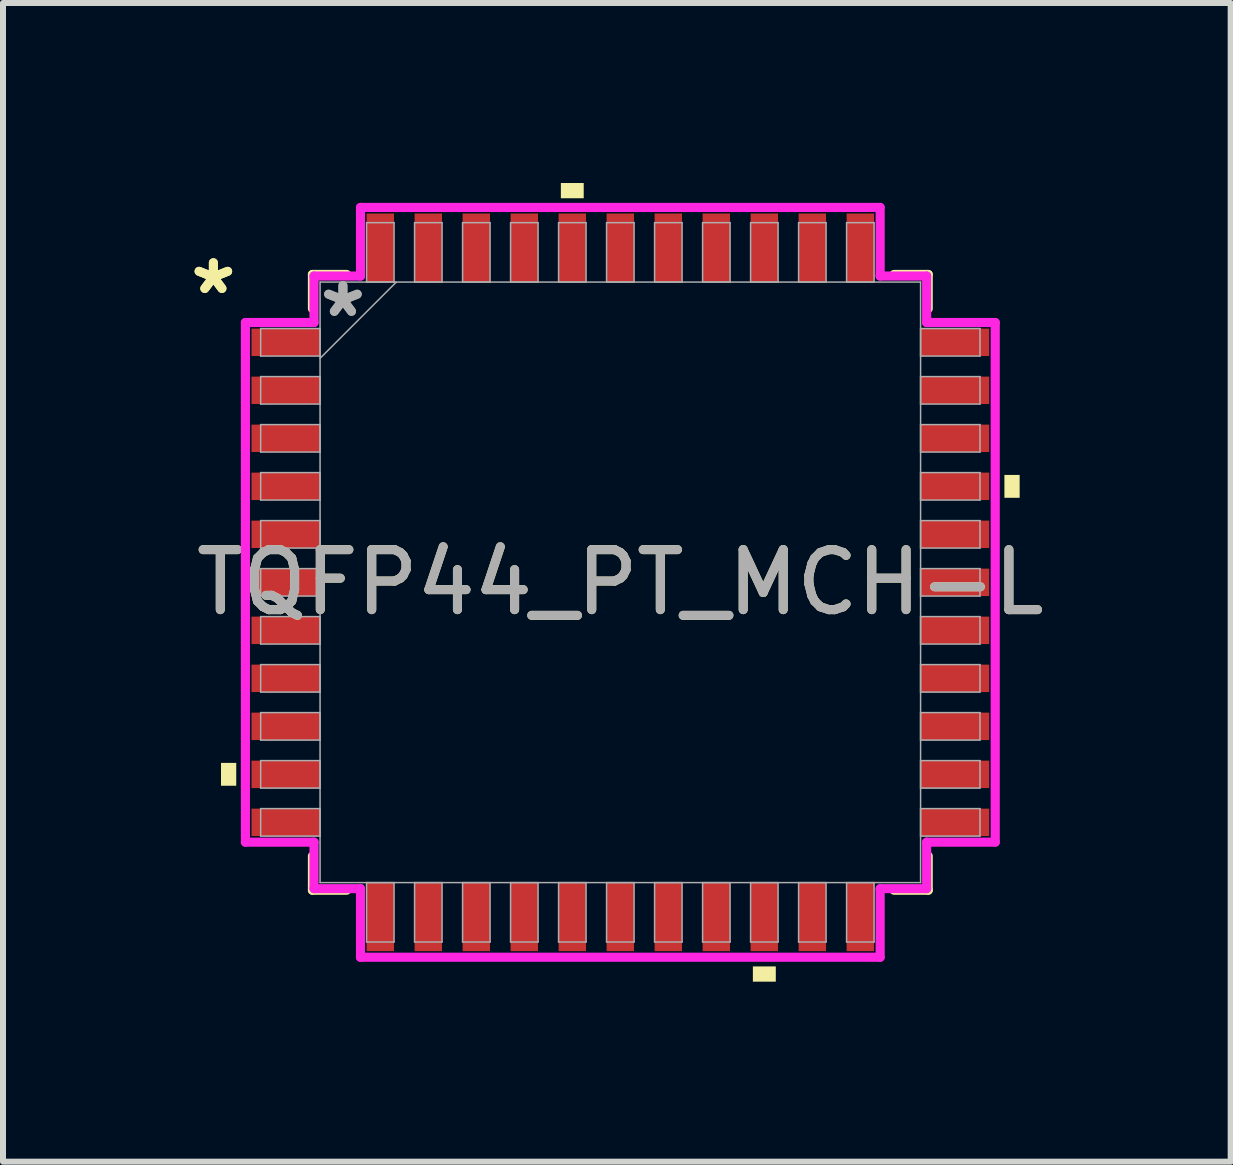
<source format=kicad_pcb>
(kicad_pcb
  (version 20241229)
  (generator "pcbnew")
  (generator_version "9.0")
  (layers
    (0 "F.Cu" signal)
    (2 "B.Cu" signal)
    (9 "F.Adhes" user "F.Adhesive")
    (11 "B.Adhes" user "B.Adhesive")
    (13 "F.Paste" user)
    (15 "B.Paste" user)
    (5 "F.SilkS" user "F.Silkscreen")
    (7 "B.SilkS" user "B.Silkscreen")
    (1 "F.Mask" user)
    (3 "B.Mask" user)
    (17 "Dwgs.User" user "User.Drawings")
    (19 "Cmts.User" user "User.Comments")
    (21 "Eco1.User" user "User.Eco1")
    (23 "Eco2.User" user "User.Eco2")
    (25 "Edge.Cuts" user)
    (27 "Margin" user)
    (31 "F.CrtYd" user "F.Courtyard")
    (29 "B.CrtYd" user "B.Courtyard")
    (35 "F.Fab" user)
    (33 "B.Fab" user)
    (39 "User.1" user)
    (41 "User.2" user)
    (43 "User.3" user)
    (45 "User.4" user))
  (footprint "TQFP44_PT_MCH-L"
    (layer "F.Cu")
    (at 7.288 6.655)
    (property "Reference" "TQFP44_PT_MCH-L" (at 0 0 0) (unlocked yes) (layer "F.SilkS") (effects (font (size 1 1) (thickness 0.15))))
    (attr smd)
    (fp_line (start -5.131 -5.131) (end -5.131 -4.561) (stroke (width 0.152) (type solid)) (layer "F.SilkS"))
    (fp_line (start -5.131 4.561) (end -5.131 5.131) (stroke (width 0.152) (type solid)) (layer "F.SilkS"))
    (fp_line (start -5.131 5.131) (end -4.561 5.131) (stroke (width 0.152) (type solid)) (layer "F.SilkS"))
    (fp_line (start -4.561 -5.131) (end -5.131 -5.131) (stroke (width 0.152) (type solid)) (layer "F.SilkS"))
    (fp_line (start 4.561 5.131) (end 5.131 5.131) (stroke (width 0.152) (type solid)) (layer "F.SilkS"))
    (fp_line (start 5.131 -5.131) (end 4.561 -5.131) (stroke (width 0.152) (type solid)) (layer "F.SilkS"))
    (fp_line (start 5.131 -4.561) (end 5.131 -5.131) (stroke (width 0.152) (type solid)) (layer "F.SilkS"))
    (fp_line (start 5.131 5.131) (end 5.131 4.561) (stroke (width 0.152) (type solid)) (layer "F.SilkS"))
    (fp_poly (pts (xy -6.655 3.009) (xy -6.655 3.39) (xy -6.401 3.39) (xy -6.401 3.009)) (stroke (width 0) (type solid)) (fill yes) (layer "F.SilkS"))
    (fp_poly (pts (xy -0.991 -6.401) (xy -0.991 -6.655) (xy -0.61 -6.655) (xy -0.61 -6.401)) (stroke (width 0) (type solid)) (fill yes) (layer "F.SilkS"))
    (fp_poly (pts (xy 2.209 6.401) (xy 2.209 6.655) (xy 2.591 6.655) (xy 2.591 6.401)) (stroke (width 0) (type solid)) (fill yes) (layer "F.SilkS"))
    (fp_poly (pts (xy 6.655 -1.79) (xy 6.655 -1.409) (xy 6.401 -1.409) (xy 6.401 -1.79)) (stroke (width 0) (type solid)) (fill yes) (layer "F.SilkS"))
    (fp_line (start -6.248 -4.33) (end -5.105 -4.33) (stroke (width 0.152) (type solid)) (layer "F.CrtYd"))
    (fp_line (start -6.248 4.33) (end -6.248 -4.33) (stroke (width 0.152) (type solid)) (layer "F.CrtYd"))
    (fp_line (start -5.105 -5.105) (end -4.33 -5.105) (stroke (width 0.152) (type solid)) (layer "F.CrtYd"))
    (fp_line (start -5.105 -4.33) (end -5.105 -5.105) (stroke (width 0.152) (type solid)) (layer "F.CrtYd"))
    (fp_line (start -5.105 4.33) (end -6.248 4.33) (stroke (width 0.152) (type solid)) (layer "F.CrtYd"))
    (fp_line (start -5.105 5.105) (end -5.105 4.33) (stroke (width 0.152) (type solid)) (layer "F.CrtYd"))
    (fp_line (start -5.105 5.105) (end -4.33 5.105) (stroke (width 0.152) (type solid)) (layer "F.CrtYd"))
    (fp_line (start -4.33 -6.248) (end 4.33 -6.248) (stroke (width 0.152) (type solid)) (layer "F.CrtYd"))
    (fp_line (start -4.33 -5.105) (end -4.33 -6.248) (stroke (width 0.152) (type solid)) (layer "F.CrtYd"))
    (fp_line (start -4.33 5.105) (end -4.33 6.248) (stroke (width 0.152) (type solid)) (layer "F.CrtYd"))
    (fp_line (start -4.33 6.248) (end 4.33 6.248) (stroke (width 0.152) (type solid)) (layer "F.CrtYd"))
    (fp_line (start 4.33 -6.248) (end 4.33 -5.105) (stroke (width 0.152) (type solid)) (layer "F.CrtYd"))
    (fp_line (start 4.33 -5.105) (end 5.105 -5.105) (stroke (width 0.152) (type solid)) (layer "F.CrtYd"))
    (fp_line (start 4.33 5.105) (end 5.105 5.105) (stroke (width 0.152) (type solid)) (layer "F.CrtYd"))
    (fp_line (start 4.33 6.248) (end 4.33 5.105) (stroke (width 0.152) (type solid)) (layer "F.CrtYd"))
    (fp_line (start 5.105 -4.33) (end 5.105 -5.105) (stroke (width 0.152) (type solid)) (layer "F.CrtYd"))
    (fp_line (start 5.105 4.33) (end 6.248 4.33) (stroke (width 0.152) (type solid)) (layer "F.CrtYd"))
    (fp_line (start 5.105 5.105) (end 5.105 4.33) (stroke (width 0.152) (type solid)) (layer "F.CrtYd"))
    (fp_line (start 6.248 -4.33) (end 5.105 -4.33) (stroke (width 0.152) (type solid)) (layer "F.CrtYd"))
    (fp_line (start 6.248 4.33) (end 6.248 -4.33) (stroke (width 0.152) (type solid)) (layer "F.CrtYd"))
    (fp_line (start -5.994 -4.229) (end -5.994 -3.771) (stroke (width 0.025) (type solid)) (layer "F.Fab"))
    (fp_line (start -5.994 -3.771) (end -5.004 -3.771) (stroke (width 0.025) (type solid)) (layer "F.Fab"))
    (fp_line (start -5.994 -3.429) (end -5.994 -2.971) (stroke (width 0.025) (type solid)) (layer "F.Fab"))
    (fp_line (start -5.994 -2.971) (end -5.004 -2.971) (stroke (width 0.025) (type solid)) (layer "F.Fab"))
    (fp_line (start -5.994 -2.629) (end -5.994 -2.171) (stroke (width 0.025) (type solid)) (layer "F.Fab"))
    (fp_line (start -5.994 -2.171) (end -5.004 -2.171) (stroke (width 0.025) (type solid)) (layer "F.Fab"))
    (fp_line (start -5.994 -1.829) (end -5.994 -1.371) (stroke (width 0.025) (type solid)) (layer "F.Fab"))
    (fp_line (start -5.994 -1.371) (end -5.004 -1.371) (stroke (width 0.025) (type solid)) (layer "F.Fab"))
    (fp_line (start -5.994 -1.029) (end -5.994 -0.571) (stroke (width 0.025) (type solid)) (layer "F.Fab"))
    (fp_line (start -5.994 -0.571) (end -5.004 -0.571) (stroke (width 0.025) (type solid)) (layer "F.Fab"))
    (fp_line (start -5.994 -0.229) (end -5.994 0.229) (stroke (width 0.025) (type solid)) (layer "F.Fab"))
    (fp_line (start -5.994 0.229) (end -5.004 0.229) (stroke (width 0.025) (type solid)) (layer "F.Fab"))
    (fp_line (start -5.994 0.571) (end -5.994 1.029) (stroke (width 0.025) (type solid)) (layer "F.Fab"))
    (fp_line (start -5.994 1.029) (end -5.004 1.029) (stroke (width 0.025) (type solid)) (layer "F.Fab"))
    (fp_line (start -5.994 1.371) (end -5.994 1.829) (stroke (width 0.025) (type solid)) (layer "F.Fab"))
    (fp_line (start -5.994 1.829) (end -5.004 1.829) (stroke (width 0.025) (type solid)) (layer "F.Fab"))
    (fp_line (start -5.994 2.171) (end -5.994 2.629) (stroke (width 0.025) (type solid)) (layer "F.Fab"))
    (fp_line (start -5.994 2.629) (end -5.004 2.629) (stroke (width 0.025) (type solid)) (layer "F.Fab"))
    (fp_line (start -5.994 2.971) (end -5.994 3.429) (stroke (width 0.025) (type solid)) (layer "F.Fab"))
    (fp_line (start -5.994 3.429) (end -5.004 3.429) (stroke (width 0.025) (type solid)) (layer "F.Fab"))
    (fp_line (start -5.994 3.771) (end -5.994 4.229) (stroke (width 0.025) (type solid)) (layer "F.Fab"))
    (fp_line (start -5.994 4.229) (end -5.004 4.229) (stroke (width 0.025) (type solid)) (layer "F.Fab"))
    (fp_line (start -5.004 -5.004) (end -5.004 5.004) (stroke (width 0.025) (type solid)) (layer "F.Fab"))
    (fp_line (start -5.004 -4.229) (end -5.994 -4.229) (stroke (width 0.025) (type solid)) (layer "F.Fab"))
    (fp_line (start -5.004 -3.771) (end -5.004 -4.229) (stroke (width 0.025) (type solid)) (layer "F.Fab"))
    (fp_line (start -5.004 -3.734) (end -3.734 -5.004) (stroke (width 0.025) (type solid)) (layer "F.Fab"))
    (fp_line (start -5.004 -3.429) (end -5.994 -3.429) (stroke (width 0.025) (type solid)) (layer "F.Fab"))
    (fp_line (start -5.004 -2.971) (end -5.004 -3.429) (stroke (width 0.025) (type solid)) (layer "F.Fab"))
    (fp_line (start -5.004 -2.629) (end -5.994 -2.629) (stroke (width 0.025) (type solid)) (layer "F.Fab"))
    (fp_line (start -5.004 -2.171) (end -5.004 -2.629) (stroke (width 0.025) (type solid)) (layer "F.Fab"))
    (fp_line (start -5.004 -1.829) (end -5.994 -1.829) (stroke (width 0.025) (type solid)) (layer "F.Fab"))
    (fp_line (start -5.004 -1.371) (end -5.004 -1.829) (stroke (width 0.025) (type solid)) (layer "F.Fab"))
    (fp_line (start -5.004 -1.029) (end -5.994 -1.029) (stroke (width 0.025) (type solid)) (layer "F.Fab"))
    (fp_line (start -5.004 -0.571) (end -5.004 -1.029) (stroke (width 0.025) (type solid)) (layer "F.Fab"))
    (fp_line (start -5.004 -0.229) (end -5.994 -0.229) (stroke (width 0.025) (type solid)) (layer "F.Fab"))
    (fp_line (start -5.004 0.229) (end -5.004 -0.229) (stroke (width 0.025) (type solid)) (layer "F.Fab"))
    (fp_line (start -5.004 0.571) (end -5.994 0.571) (stroke (width 0.025) (type solid)) (layer "F.Fab"))
    (fp_line (start -5.004 1.029) (end -5.004 0.571) (stroke (width 0.025) (type solid)) (layer "F.Fab"))
    (fp_line (start -5.004 1.371) (end -5.994 1.371) (stroke (width 0.025) (type solid)) (layer "F.Fab"))
    (fp_line (start -5.004 1.829) (end -5.004 1.371) (stroke (width 0.025) (type solid)) (layer "F.Fab"))
    (fp_line (start -5.004 2.171) (end -5.994 2.171) (stroke (width 0.025) (type solid)) (layer "F.Fab"))
    (fp_line (start -5.004 2.629) (end -5.004 2.171) (stroke (width 0.025) (type solid)) (layer "F.Fab"))
    (fp_line (start -5.004 2.971) (end -5.994 2.971) (stroke (width 0.025) (type solid)) (layer "F.Fab"))
    (fp_line (start -5.004 3.429) (end -5.004 2.971) (stroke (width 0.025) (type solid)) (layer "F.Fab"))
    (fp_line (start -5.004 3.771) (end -5.994 3.771) (stroke (width 0.025) (type solid)) (layer "F.Fab"))
    (fp_line (start -5.004 4.229) (end -5.004 3.771) (stroke (width 0.025) (type solid)) (layer "F.Fab"))
    (fp_line (start -5.004 5.004) (end 5.004 5.004) (stroke (width 0.025) (type solid)) (layer "F.Fab"))
    (fp_line (start -4.229 5.004) (end -4.229 5.994) (stroke (width 0.025) (type solid)) (layer "F.Fab"))
    (fp_line (start -4.229 5.994) (end -3.771 5.994) (stroke (width 0.025) (type solid)) (layer "F.Fab"))
    (fp_line (start -4.229 -5.994) (end -4.229 -5.004) (stroke (width 0.025) (type solid)) (layer "F.Fab"))
    (fp_line (start -4.229 -5.004) (end -3.771 -5.004) (stroke (width 0.025) (type solid)) (layer "F.Fab"))
    (fp_line (start -3.771 5.004) (end -4.229 5.004) (stroke (width 0.025) (type solid)) (layer "F.Fab"))
    (fp_line (start -3.771 5.994) (end -3.771 5.004) (stroke (width 0.025) (type solid)) (layer "F.Fab"))
    (fp_line (start -3.771 -5.994) (end -4.229 -5.994) (stroke (width 0.025) (type solid)) (layer "F.Fab"))
    (fp_line (start -3.771 -5.004) (end -3.771 -5.994) (stroke (width 0.025) (type solid)) (layer "F.Fab"))
    (fp_line (start -3.429 -5.994) (end -3.429 -5.004) (stroke (width 0.025) (type solid)) (layer "F.Fab"))
    (fp_line (start -3.429 -5.004) (end -2.971 -5.004) (stroke (width 0.025) (type solid)) (layer "F.Fab"))
    (fp_line (start -3.429 5.004) (end -3.429 5.994) (stroke (width 0.025) (type solid)) (layer "F.Fab"))
    (fp_line (start -3.429 5.994) (end -2.971 5.994) (stroke (width 0.025) (type solid)) (layer "F.Fab"))
    (fp_line (start -2.971 -5.994) (end -3.429 -5.994) (stroke (width 0.025) (type solid)) (layer "F.Fab"))
    (fp_line (start -2.971 -5.004) (end -2.971 -5.994) (stroke (width 0.025) (type solid)) (layer "F.Fab"))
    (fp_line (start -2.971 5.004) (end -3.429 5.004) (stroke (width 0.025) (type solid)) (layer "F.Fab"))
    (fp_line (start -2.971 5.994) (end -2.971 5.004) (stroke (width 0.025) (type solid)) (layer "F.Fab"))
    (fp_line (start -2.629 -5.994) (end -2.629 -5.004) (stroke (width 0.025) (type solid)) (layer "F.Fab"))
    (fp_line (start -2.629 -5.004) (end -2.171 -5.004) (stroke (width 0.025) (type solid)) (layer "F.Fab"))
    (fp_line (start -2.629 5.004) (end -2.629 5.994) (stroke (width 0.025) (type solid)) (layer "F.Fab"))
    (fp_line (start -2.629 5.994) (end -2.171 5.994) (stroke (width 0.025) (type solid)) (layer "F.Fab"))
    (fp_line (start -2.171 -5.994) (end -2.629 -5.994) (stroke (width 0.025) (type solid)) (layer "F.Fab"))
    (fp_line (start -2.171 -5.004) (end -2.171 -5.994) (stroke (width 0.025) (type solid)) (layer "F.Fab"))
    (fp_line (start -2.171 5.004) (end -2.629 5.004) (stroke (width 0.025) (type solid)) (layer "F.Fab"))
    (fp_line (start -2.171 5.994) (end -2.171 5.004) (stroke (width 0.025) (type solid)) (layer "F.Fab"))
    (fp_line (start -1.829 -5.994) (end -1.829 -5.004) (stroke (width 0.025) (type solid)) (layer "F.Fab"))
    (fp_line (start -1.829 -5.004) (end -1.371 -5.004) (stroke (width 0.025) (type solid)) (layer "F.Fab"))
    (fp_line (start -1.829 5.004) (end -1.829 5.994) (stroke (width 0.025) (type solid)) (layer "F.Fab"))
    (fp_line (start -1.829 5.994) (end -1.371 5.994) (stroke (width 0.025) (type solid)) (layer "F.Fab"))
    (fp_line (start -1.371 -5.994) (end -1.829 -5.994) (stroke (width 0.025) (type solid)) (layer "F.Fab"))
    (fp_line (start -1.371 -5.004) (end -1.371 -5.994) (stroke (width 0.025) (type solid)) (layer "F.Fab"))
    (fp_line (start -1.371 5.004) (end -1.829 5.004) (stroke (width 0.025) (type solid)) (layer "F.Fab"))
    (fp_line (start -1.371 5.994) (end -1.371 5.004) (stroke (width 0.025) (type solid)) (layer "F.Fab"))
    (fp_line (start -1.029 -5.994) (end -1.029 -5.004) (stroke (width 0.025) (type solid)) (layer "F.Fab"))
    (fp_line (start -1.029 -5.004) (end -0.571 -5.004) (stroke (width 0.025) (type solid)) (layer "F.Fab"))
    (fp_line (start -1.029 5.004) (end -1.029 5.994) (stroke (width 0.025) (type solid)) (layer "F.Fab"))
    (fp_line (start -1.029 5.994) (end -0.571 5.994) (stroke (width 0.025) (type solid)) (layer "F.Fab"))
    (fp_line (start -0.571 -5.994) (end -1.029 -5.994) (stroke (width 0.025) (type solid)) (layer "F.Fab"))
    (fp_line (start -0.571 -5.004) (end -0.571 -5.994) (stroke (width 0.025) (type solid)) (layer "F.Fab"))
    (fp_line (start -0.571 5.004) (end -1.029 5.004) (stroke (width 0.025) (type solid)) (layer "F.Fab"))
    (fp_line (start -0.571 5.994) (end -0.571 5.004) (stroke (width 0.025) (type solid)) (layer "F.Fab"))
    (fp_line (start -0.229 -5.994) (end -0.229 -5.004) (stroke (width 0.025) (type solid)) (layer "F.Fab"))
    (fp_line (start -0.229 -5.004) (end 0.229 -5.004) (stroke (width 0.025) (type solid)) (layer "F.Fab"))
    (fp_line (start -0.229 5.004) (end -0.229 5.994) (stroke (width 0.025) (type solid)) (layer "F.Fab"))
    (fp_line (start -0.229 5.994) (end 0.229 5.994) (stroke (width 0.025) (type solid)) (layer "F.Fab"))
    (fp_line (start 0.229 -5.994) (end -0.229 -5.994) (stroke (width 0.025) (type solid)) (layer "F.Fab"))
    (fp_line (start 0.229 -5.004) (end 0.229 -5.994) (stroke (width 0.025) (type solid)) (layer "F.Fab"))
    (fp_line (start 0.229 5.004) (end -0.229 5.004) (stroke (width 0.025) (type solid)) (layer "F.Fab"))
    (fp_line (start 0.229 5.994) (end 0.229 5.004) (stroke (width 0.025) (type solid)) (layer "F.Fab"))
    (fp_line (start 0.571 -5.994) (end 0.571 -5.004) (stroke (width 0.025) (type solid)) (layer "F.Fab"))
    (fp_line (start 0.571 -5.004) (end 1.029 -5.004) (stroke (width 0.025) (type solid)) (layer "F.Fab"))
    (fp_line (start 0.571 5.004) (end 0.571 5.994) (stroke (width 0.025) (type solid)) (layer "F.Fab"))
    (fp_line (start 0.571 5.994) (end 1.029 5.994) (stroke (width 0.025) (type solid)) (layer "F.Fab"))
    (fp_line (start 1.029 -5.994) (end 0.571 -5.994) (stroke (width 0.025) (type solid)) (layer "F.Fab"))
    (fp_line (start 1.029 -5.004) (end 1.029 -5.994) (stroke (width 0.025) (type solid)) (layer "F.Fab"))
    (fp_line (start 1.029 5.004) (end 0.571 5.004) (stroke (width 0.025) (type solid)) (layer "F.Fab"))
    (fp_line (start 1.029 5.994) (end 1.029 5.004) (stroke (width 0.025) (type solid)) (layer "F.Fab"))
    (fp_line (start 1.371 -5.994) (end 1.371 -5.004) (stroke (width 0.025) (type solid)) (layer "F.Fab"))
    (fp_line (start 1.371 -5.004) (end 1.829 -5.004) (stroke (width 0.025) (type solid)) (layer "F.Fab"))
    (fp_line (start 1.371 5.004) (end 1.371 5.994) (stroke (width 0.025) (type solid)) (layer "F.Fab"))
    (fp_line (start 1.371 5.994) (end 1.829 5.994) (stroke (width 0.025) (type solid)) (layer "F.Fab"))
    (fp_line (start 1.829 -5.994) (end 1.371 -5.994) (stroke (width 0.025) (type solid)) (layer "F.Fab"))
    (fp_line (start 1.829 -5.004) (end 1.829 -5.994) (stroke (width 0.025) (type solid)) (layer "F.Fab"))
    (fp_line (start 1.829 5.004) (end 1.371 5.004) (stroke (width 0.025) (type solid)) (layer "F.Fab"))
    (fp_line (start 1.829 5.994) (end 1.829 5.004) (stroke (width 0.025) (type solid)) (layer "F.Fab"))
    (fp_line (start 2.171 -5.994) (end 2.171 -5.004) (stroke (width 0.025) (type solid)) (layer "F.Fab"))
    (fp_line (start 2.171 -5.004) (end 2.629 -5.004) (stroke (width 0.025) (type solid)) (layer "F.Fab"))
    (fp_line (start 2.171 5.004) (end 2.171 5.994) (stroke (width 0.025) (type solid)) (layer "F.Fab"))
    (fp_line (start 2.171 5.994) (end 2.629 5.994) (stroke (width 0.025) (type solid)) (layer "F.Fab"))
    (fp_line (start 2.629 -5.994) (end 2.171 -5.994) (stroke (width 0.025) (type solid)) (layer "F.Fab"))
    (fp_line (start 2.629 -5.004) (end 2.629 -5.994) (stroke (width 0.025) (type solid)) (layer "F.Fab"))
    (fp_line (start 2.629 5.004) (end 2.171 5.004) (stroke (width 0.025) (type solid)) (layer "F.Fab"))
    (fp_line (start 2.629 5.994) (end 2.629 5.004) (stroke (width 0.025) (type solid)) (layer "F.Fab"))
    (fp_line (start 2.971 -5.994) (end 2.971 -5.004) (stroke (width 0.025) (type solid)) (layer "F.Fab"))
    (fp_line (start 2.971 -5.004) (end 3.429 -5.004) (stroke (width 0.025) (type solid)) (layer "F.Fab"))
    (fp_line (start 2.971 5.004) (end 2.971 5.994) (stroke (width 0.025) (type solid)) (layer "F.Fab"))
    (fp_line (start 2.971 5.994) (end 3.429 5.994) (stroke (width 0.025) (type solid)) (layer "F.Fab"))
    (fp_line (start 3.429 -5.994) (end 2.971 -5.994) (stroke (width 0.025) (type solid)) (layer "F.Fab"))
    (fp_line (start 3.429 -5.004) (end 3.429 -5.994) (stroke (width 0.025) (type solid)) (layer "F.Fab"))
    (fp_line (start 3.429 5.004) (end 2.971 5.004) (stroke (width 0.025) (type solid)) (layer "F.Fab"))
    (fp_line (start 3.429 5.994) (end 3.429 5.004) (stroke (width 0.025) (type solid)) (layer "F.Fab"))
    (fp_line (start 3.771 5.004) (end 3.771 5.994) (stroke (width 0.025) (type solid)) (layer "F.Fab"))
    (fp_line (start 3.771 5.994) (end 4.229 5.994) (stroke (width 0.025) (type solid)) (layer "F.Fab"))
    (fp_line (start 3.771 -5.994) (end 3.771 -5.004) (stroke (width 0.025) (type solid)) (layer "F.Fab"))
    (fp_line (start 3.771 -5.004) (end 4.229 -5.004) (stroke (width 0.025) (type solid)) (layer "F.Fab"))
    (fp_line (start 4.229 5.004) (end 3.771 5.004) (stroke (width 0.025) (type solid)) (layer "F.Fab"))
    (fp_line (start 4.229 5.994) (end 4.229 5.004) (stroke (width 0.025) (type solid)) (layer "F.Fab"))
    (fp_line (start 4.229 -5.994) (end 3.771 -5.994) (stroke (width 0.025) (type solid)) (layer "F.Fab"))
    (fp_line (start 4.229 -5.004) (end 4.229 -5.994) (stroke (width 0.025) (type solid)) (layer "F.Fab"))
    (fp_line (start 5.004 -5.004) (end -5.004 -5.004) (stroke (width 0.025) (type solid)) (layer "F.Fab"))
    (fp_line (start 5.004 -4.229) (end 5.004 -3.771) (stroke (width 0.025) (type solid)) (layer "F.Fab"))
    (fp_line (start 5.004 -3.771) (end 5.994 -3.771) (stroke (width 0.025) (type solid)) (layer "F.Fab"))
    (fp_line (start 5.004 -3.429) (end 5.004 -2.971) (stroke (width 0.025) (type solid)) (layer "F.Fab"))
    (fp_line (start 5.004 -2.971) (end 5.994 -2.971) (stroke (width 0.025) (type solid)) (layer "F.Fab"))
    (fp_line (start 5.004 -2.629) (end 5.004 -2.171) (stroke (width 0.025) (type solid)) (layer "F.Fab"))
    (fp_line (start 5.004 -2.171) (end 5.994 -2.171) (stroke (width 0.025) (type solid)) (layer "F.Fab"))
    (fp_line (start 5.004 -1.829) (end 5.004 -1.371) (stroke (width 0.025) (type solid)) (layer "F.Fab"))
    (fp_line (start 5.004 -1.371) (end 5.994 -1.371) (stroke (width 0.025) (type solid)) (layer "F.Fab"))
    (fp_line (start 5.004 -1.029) (end 5.004 -0.571) (stroke (width 0.025) (type solid)) (layer "F.Fab"))
    (fp_line (start 5.004 -0.571) (end 5.994 -0.571) (stroke (width 0.025) (type solid)) (layer "F.Fab"))
    (fp_line (start 5.004 -0.229) (end 5.004 0.229) (stroke (width 0.025) (type solid)) (layer "F.Fab"))
    (fp_line (start 5.004 0.229) (end 5.994 0.229) (stroke (width 0.025) (type solid)) (layer "F.Fab"))
    (fp_line (start 5.004 0.571) (end 5.004 1.029) (stroke (width 0.025) (type solid)) (layer "F.Fab"))
    (fp_line (start 5.004 1.029) (end 5.994 1.029) (stroke (width 0.025) (type solid)) (layer "F.Fab"))
    (fp_line (start 5.004 1.371) (end 5.004 1.829) (stroke (width 0.025) (type solid)) (layer "F.Fab"))
    (fp_line (start 5.004 1.829) (end 5.994 1.829) (stroke (width 0.025) (type solid)) (layer "F.Fab"))
    (fp_line (start 5.004 2.171) (end 5.004 2.629) (stroke (width 0.025) (type solid)) (layer "F.Fab"))
    (fp_line (start 5.004 2.629) (end 5.994 2.629) (stroke (width 0.025) (type solid)) (layer "F.Fab"))
    (fp_line (start 5.004 2.971) (end 5.004 3.429) (stroke (width 0.025) (type solid)) (layer "F.Fab"))
    (fp_line (start 5.004 3.429) (end 5.994 3.429) (stroke (width 0.025) (type solid)) (layer "F.Fab"))
    (fp_line (start 5.004 3.771) (end 5.004 4.229) (stroke (width 0.025) (type solid)) (layer "F.Fab"))
    (fp_line (start 5.004 4.229) (end 5.994 4.229) (stroke (width 0.025) (type solid)) (layer "F.Fab"))
    (fp_line (start 5.004 5.004) (end 5.004 -5.004) (stroke (width 0.025) (type solid)) (layer "F.Fab"))
    (fp_line (start 5.994 -4.229) (end 5.004 -4.229) (stroke (width 0.025) (type solid)) (layer "F.Fab"))
    (fp_line (start 5.994 -3.771) (end 5.994 -4.229) (stroke (width 0.025) (type solid)) (layer "F.Fab"))
    (fp_line (start 5.994 -3.429) (end 5.004 -3.429) (stroke (width 0.025) (type solid)) (layer "F.Fab"))
    (fp_line (start 5.994 -2.971) (end 5.994 -3.429) (stroke (width 0.025) (type solid)) (layer "F.Fab"))
    (fp_line (start 5.994 -2.629) (end 5.004 -2.629) (stroke (width 0.025) (type solid)) (layer "F.Fab"))
    (fp_line (start 5.994 -2.171) (end 5.994 -2.629) (stroke (width 0.025) (type solid)) (layer "F.Fab"))
    (fp_line (start 5.994 -1.829) (end 5.004 -1.829) (stroke (width 0.025) (type solid)) (layer "F.Fab"))
    (fp_line (start 5.994 -1.371) (end 5.994 -1.829) (stroke (width 0.025) (type solid)) (layer "F.Fab"))
    (fp_line (start 5.994 -1.029) (end 5.004 -1.029) (stroke (width 0.025) (type solid)) (layer "F.Fab"))
    (fp_line (start 5.994 -0.571) (end 5.994 -1.029) (stroke (width 0.025) (type solid)) (layer "F.Fab"))
    (fp_line (start 5.994 -0.229) (end 5.004 -0.229) (stroke (width 0.025) (type solid)) (layer "F.Fab"))
    (fp_line (start 5.994 0.229) (end 5.994 -0.229) (stroke (width 0.025) (type solid)) (layer "F.Fab"))
    (fp_line (start 5.994 0.571) (end 5.004 0.571) (stroke (width 0.025) (type solid)) (layer "F.Fab"))
    (fp_line (start 5.994 1.029) (end 5.994 0.571) (stroke (width 0.025) (type solid)) (layer "F.Fab"))
    (fp_line (start 5.994 1.371) (end 5.004 1.371) (stroke (width 0.025) (type solid)) (layer "F.Fab"))
    (fp_line (start 5.994 1.829) (end 5.994 1.371) (stroke (width 0.025) (type solid)) (layer "F.Fab"))
    (fp_line (start 5.994 2.171) (end 5.004 2.171) (stroke (width 0.025) (type solid)) (layer "F.Fab"))
    (fp_line (start 5.994 2.629) (end 5.994 2.171) (stroke (width 0.025) (type solid)) (layer "F.Fab"))
    (fp_line (start 5.994 2.971) (end 5.004 2.971) (stroke (width 0.025) (type solid)) (layer "F.Fab"))
    (fp_line (start 5.994 3.429) (end 5.994 2.971) (stroke (width 0.025) (type solid)) (layer "F.Fab"))
    (fp_line (start 5.994 3.771) (end 5.004 3.771) (stroke (width 0.025) (type solid)) (layer "F.Fab"))
    (fp_line (start 5.994 4.229) (end 5.994 3.771) (stroke (width 0.025) (type solid)) (layer "F.Fab"))
    (fp_text user "*" (at -6.782 -4.781 0) (unlocked yes) (layer "F.SilkS") (effects (font (size 1 1) (thickness 0.15))))
    (fp_text user "*" (at -6.782 -4.781 0) (layer "F.SilkS") (effects (font (size 1 1) (thickness 0.15))))
    (fp_text user "*" (at -4.623 -4.4 0) (unlocked yes) (layer "F.Fab") (effects (font (size 1 1) (thickness 0.15))))
    (fp_text user "*" (at -4.623 -4.4 0) (layer "F.Fab") (effects (font (size 1 1) (thickness 0.15))))
    (fp_text user "${REFERENCE}" (at 0 0 0) (unlocked yes) (layer "F.Fab") (effects (font (size 1 1) (thickness 0.15))))
    (pad "1" smd rect (at -5.575 -4 90) (size 0.457 1.143) (layers "F.Cu" "F.Mask" "F.Paste"))
    (pad "2" smd rect (at -5.575 -3.2 90) (size 0.457 1.143) (layers "F.Cu" "F.Mask" "F.Paste"))
    (pad "3" smd rect (at -5.575 -2.4 90) (size 0.457 1.143) (layers "F.Cu" "F.Mask" "F.Paste"))
    (pad "4" smd rect (at -5.575 -1.6 90) (size 0.457 1.143) (layers "F.Cu" "F.Mask" "F.Paste"))
    (pad "5" smd rect (at -5.575 -0.8 90) (size 0.457 1.143) (layers "F.Cu" "F.Mask" "F.Paste"))
    (pad "6" smd rect (at -5.575 0 90) (size 0.457 1.143) (layers "F.Cu" "F.Mask" "F.Paste"))
    (pad "7" smd rect (at -5.575 0.8 90) (size 0.457 1.143) (layers "F.Cu" "F.Mask" "F.Paste"))
    (pad "8" smd rect (at -5.575 1.6 90) (size 0.457 1.143) (layers "F.Cu" "F.Mask" "F.Paste"))
    (pad "9" smd rect (at -5.575 2.4 90) (size 0.457 1.143) (layers "F.Cu" "F.Mask" "F.Paste"))
    (pad "10" smd rect (at -5.575 3.2 90) (size 0.457 1.143) (layers "F.Cu" "F.Mask" "F.Paste"))
    (pad "11" smd rect (at -5.575 4 90) (size 0.457 1.143) (layers "F.Cu" "F.Mask" "F.Paste"))
    (pad "12" smd rect (at -4 5.575) (size 0.457 1.143) (layers "F.Cu" "F.Mask" "F.Paste"))
    (pad "13" smd rect (at -3.2 5.575) (size 0.457 1.143) (layers "F.Cu" "F.Mask" "F.Paste"))
    (pad "14" smd rect (at -2.4 5.575) (size 0.457 1.143) (layers "F.Cu" "F.Mask" "F.Paste"))
    (pad "15" smd rect (at -1.6 5.575) (size 0.457 1.143) (layers "F.Cu" "F.Mask" "F.Paste"))
    (pad "16" smd rect (at -0.8 5.575) (size 0.457 1.143) (layers "F.Cu" "F.Mask" "F.Paste"))
    (pad "17" smd rect (at 0 5.575) (size 0.457 1.143) (layers "F.Cu" "F.Mask" "F.Paste"))
    (pad "18" smd rect (at 0.8 5.575) (size 0.457 1.143) (layers "F.Cu" "F.Mask" "F.Paste"))
    (pad "19" smd rect (at 1.6 5.575) (size 0.457 1.143) (layers "F.Cu" "F.Mask" "F.Paste"))
    (pad "20" smd rect (at 2.4 5.575) (size 0.457 1.143) (layers "F.Cu" "F.Mask" "F.Paste"))
    (pad "21" smd rect (at 3.2 5.575) (size 0.457 1.143) (layers "F.Cu" "F.Mask" "F.Paste"))
    (pad "22" smd rect (at 4 5.575) (size 0.457 1.143) (layers "F.Cu" "F.Mask" "F.Paste"))
    (pad "23" smd rect (at 5.575 4 90) (size 0.457 1.143) (layers "F.Cu" "F.Mask" "F.Paste"))
    (pad "24" smd rect (at 5.575 3.2 90) (size 0.457 1.143) (layers "F.Cu" "F.Mask" "F.Paste"))
    (pad "25" smd rect (at 5.575 2.4 90) (size 0.457 1.143) (layers "F.Cu" "F.Mask" "F.Paste"))
    (pad "26" smd rect (at 5.575 1.6 90) (size 0.457 1.143) (layers "F.Cu" "F.Mask" "F.Paste"))
    (pad "27" smd rect (at 5.575 0.8 90) (size 0.457 1.143) (layers "F.Cu" "F.Mask" "F.Paste"))
    (pad "28" smd rect (at 5.575 0 90) (size 0.457 1.143) (layers "F.Cu" "F.Mask" "F.Paste"))
    (pad "29" smd rect (at 5.575 -0.8 90) (size 0.457 1.143) (layers "F.Cu" "F.Mask" "F.Paste"))
    (pad "30" smd rect (at 5.575 -1.6 90) (size 0.457 1.143) (layers "F.Cu" "F.Mask" "F.Paste"))
    (pad "31" smd rect (at 5.575 -2.4 90) (size 0.457 1.143) (layers "F.Cu" "F.Mask" "F.Paste"))
    (pad "32" smd rect (at 5.575 -3.2 90) (size 0.457 1.143) (layers "F.Cu" "F.Mask" "F.Paste"))
    (pad "33" smd rect (at 5.575 -4 90) (size 0.457 1.143) (layers "F.Cu" "F.Mask" "F.Paste"))
    (pad "34" smd rect (at 4 -5.575) (size 0.457 1.143) (layers "F.Cu" "F.Mask" "F.Paste"))
    (pad "35" smd rect (at 3.2 -5.575) (size 0.457 1.143) (layers "F.Cu" "F.Mask" "F.Paste"))
    (pad "36" smd rect (at 2.4 -5.575) (size 0.457 1.143) (layers "F.Cu" "F.Mask" "F.Paste"))
    (pad "37" smd rect (at 1.6 -5.575) (size 0.457 1.143) (layers "F.Cu" "F.Mask" "F.Paste"))
    (pad "38" smd rect (at 0.8 -5.575) (size 0.457 1.143) (layers "F.Cu" "F.Mask" "F.Paste"))
    (pad "39" smd rect (at 0 -5.575) (size 0.457 1.143) (layers "F.Cu" "F.Mask" "F.Paste"))
    (pad "40" smd rect (at -0.8 -5.575) (size 0.457 1.143) (layers "F.Cu" "F.Mask" "F.Paste"))
    (pad "41" smd rect (at -1.6 -5.575) (size 0.457 1.143) (layers "F.Cu" "F.Mask" "F.Paste"))
    (pad "42" smd rect (at -2.4 -5.575) (size 0.457 1.143) (layers "F.Cu" "F.Mask" "F.Paste"))
    (pad "43" smd rect (at -3.2 -5.575) (size 0.457 1.143) (layers "F.Cu" "F.Mask" "F.Paste"))
    (pad "44" smd rect (at -4 -5.575) (size 0.457 1.143) (layers "F.Cu" "F.Mask" "F.Paste")))
  (gr_rect
    (start -3 -3)
    (end 17.46 16.31)
    (stroke (width 0.1) (type default))
    (fill no)
    (layer "Edge.Cuts")))
</source>
